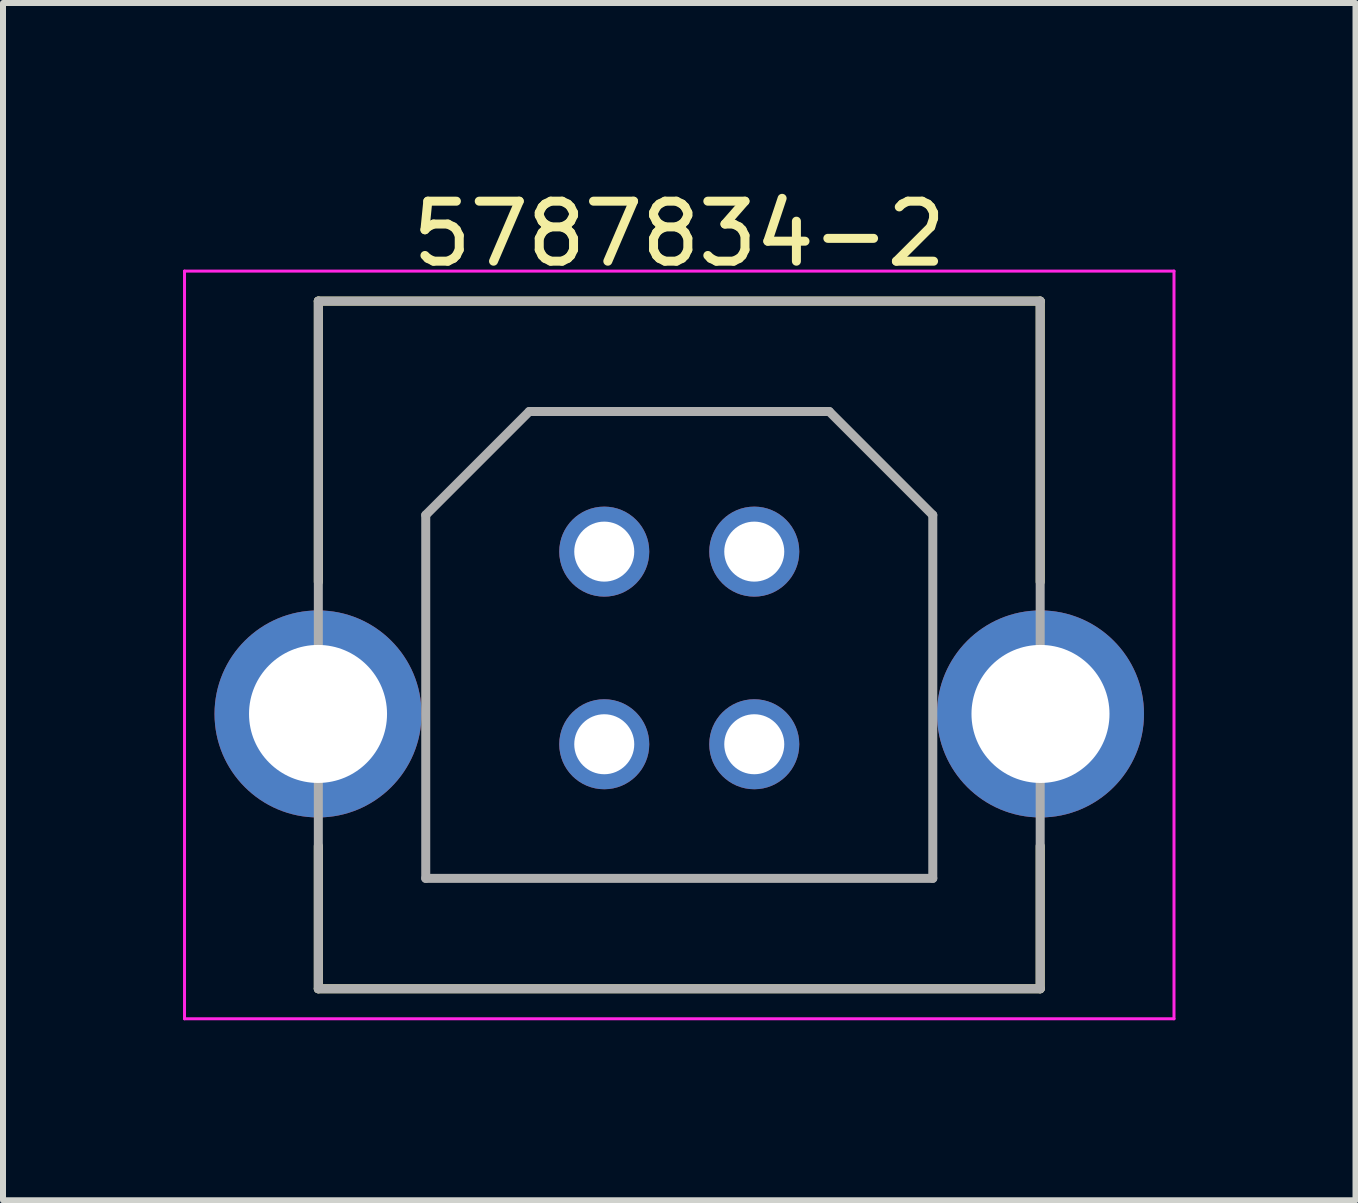
<source format=kicad_pcb>
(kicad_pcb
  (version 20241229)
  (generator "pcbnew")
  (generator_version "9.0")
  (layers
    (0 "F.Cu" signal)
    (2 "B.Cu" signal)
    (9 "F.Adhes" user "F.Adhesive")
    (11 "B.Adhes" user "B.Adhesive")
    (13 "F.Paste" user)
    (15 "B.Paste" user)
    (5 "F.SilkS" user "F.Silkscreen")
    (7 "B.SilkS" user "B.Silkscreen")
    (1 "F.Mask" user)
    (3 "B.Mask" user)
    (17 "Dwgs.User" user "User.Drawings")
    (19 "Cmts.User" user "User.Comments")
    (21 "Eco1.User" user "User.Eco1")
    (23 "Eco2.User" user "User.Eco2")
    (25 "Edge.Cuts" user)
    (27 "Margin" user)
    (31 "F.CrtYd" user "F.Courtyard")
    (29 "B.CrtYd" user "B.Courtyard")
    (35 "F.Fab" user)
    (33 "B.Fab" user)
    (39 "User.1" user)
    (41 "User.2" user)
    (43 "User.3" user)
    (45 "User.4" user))
  (footprint "5787834-2"
    (layer "F.Cu")
    (at 8.27 8.848)
    (property "Reference" "5787834-2" (at 0 -8 0) (layer "F.SilkS") (effects (font (size 1 1) (thickness 0.15))))
    (attr smd)
    (fp_line (start -6.015 -6.88) (end -6.015 -2.2) (stroke (width 0.15) (type solid)) (layer "F.SilkS"))
    (fp_line (start -6.015 -6.88) (end 6.015 -6.88) (stroke (width 0.15) (type solid)) (layer "F.SilkS"))
    (fp_line (start -6.015 2.2) (end -6.015 4.58) (stroke (width 0.15) (type solid)) (layer "F.SilkS"))
    (fp_line (start -6.015 4.58) (end 6.015 4.58) (stroke (width 0.15) (type solid)) (layer "F.SilkS"))
    (fp_line (start 6.015 -6.88) (end 6.015 -2.2) (stroke (width 0.15) (type solid)) (layer "F.SilkS"))
    (fp_line (start 6.015 2.2) (end 6.015 4.58) (stroke (width 0.15) (type solid)) (layer "F.SilkS"))
    (fp_line (start -8.245 -7.38) (end -8.245 5.08) (stroke (width 0.05) (type solid)) (layer "F.CrtYd"))
    (fp_line (start -8.245 -7.38) (end 8.245 -7.38) (stroke (width 0.05) (type solid)) (layer "F.CrtYd"))
    (fp_line (start -8.245 5.08) (end 8.245 5.08) (stroke (width 0.05) (type solid)) (layer "F.CrtYd"))
    (fp_line (start 8.245 -7.38) (end 8.245 5.08) (stroke (width 0.05) (type solid)) (layer "F.CrtYd"))
    (fp_line (start -6.015 -6.88) (end -6.015 4.58) (stroke (width 0.15) (type solid)) (layer "F.Fab"))
    (fp_line (start -6.015 -6.88) (end 6.015 -6.88) (stroke (width 0.15) (type solid)) (layer "F.Fab"))
    (fp_line (start -6.015 4.58) (end 6.015 4.58) (stroke (width 0.15) (type solid)) (layer "F.Fab"))
    (fp_line (start -4.225 -3.315) (end -4.225 2.74) (stroke (width 0.15) (type solid)) (layer "F.Fab"))
    (fp_line (start -4.225 2.74) (end 4.225 2.74) (stroke (width 0.15) (type solid)) (layer "F.Fab"))
    (fp_line (start -2.5 -5.04) (end -4.225 -3.315) (stroke (width 0.15) (type solid)) (layer "F.Fab"))
    (fp_line (start -2.5 -5.04) (end 2.5 -5.04) (stroke (width 0.15) (type solid)) (layer "F.Fab"))
    (fp_line (start 2.5 -5.04) (end 4.225 -3.315) (stroke (width 0.15) (type solid)) (layer "F.Fab"))
    (fp_line (start 4.225 -3.315) (end 4.225 2.74) (stroke (width 0.15) (type solid)) (layer "F.Fab"))
    (fp_line (start 6.015 -6.88) (end 6.015 4.58) (stroke (width 0.15) (type solid)) (layer "F.Fab"))
    (pad "1" thru_hole circle (at 1.25 -2.705) (size 1.5 1.5) (drill 1) (layers "*.Cu" "*.Mask"))
    (pad "2" thru_hole circle (at -1.25 -2.705) (size 1.5 1.5) (drill 1) (layers "*.Cu" "*.Mask"))
    (pad "3" thru_hole circle (at -1.25 0.505) (size 1.5 1.5) (drill 1) (layers "*.Cu" "*.Mask"))
    (pad "4" thru_hole circle (at 1.25 0.505) (size 1.5 1.5) (drill 1) (layers "*.Cu" "*.Mask"))
    (pad "5" thru_hole circle (at -6.02 0) (size 3.45 3.45) (drill 2.3) (layers "*.Cu" "*.Mask"))
    (pad "5" thru_hole circle (at 6.02 0) (size 3.45 3.45) (drill 2.3) (layers "*.Cu" "*.Mask")))
  (gr_rect
    (start -3 -3)
    (end 19.54 16.953)
    (stroke (width 0.1) (type default))
    (fill no)
    (layer "Edge.Cuts")))
</source>
